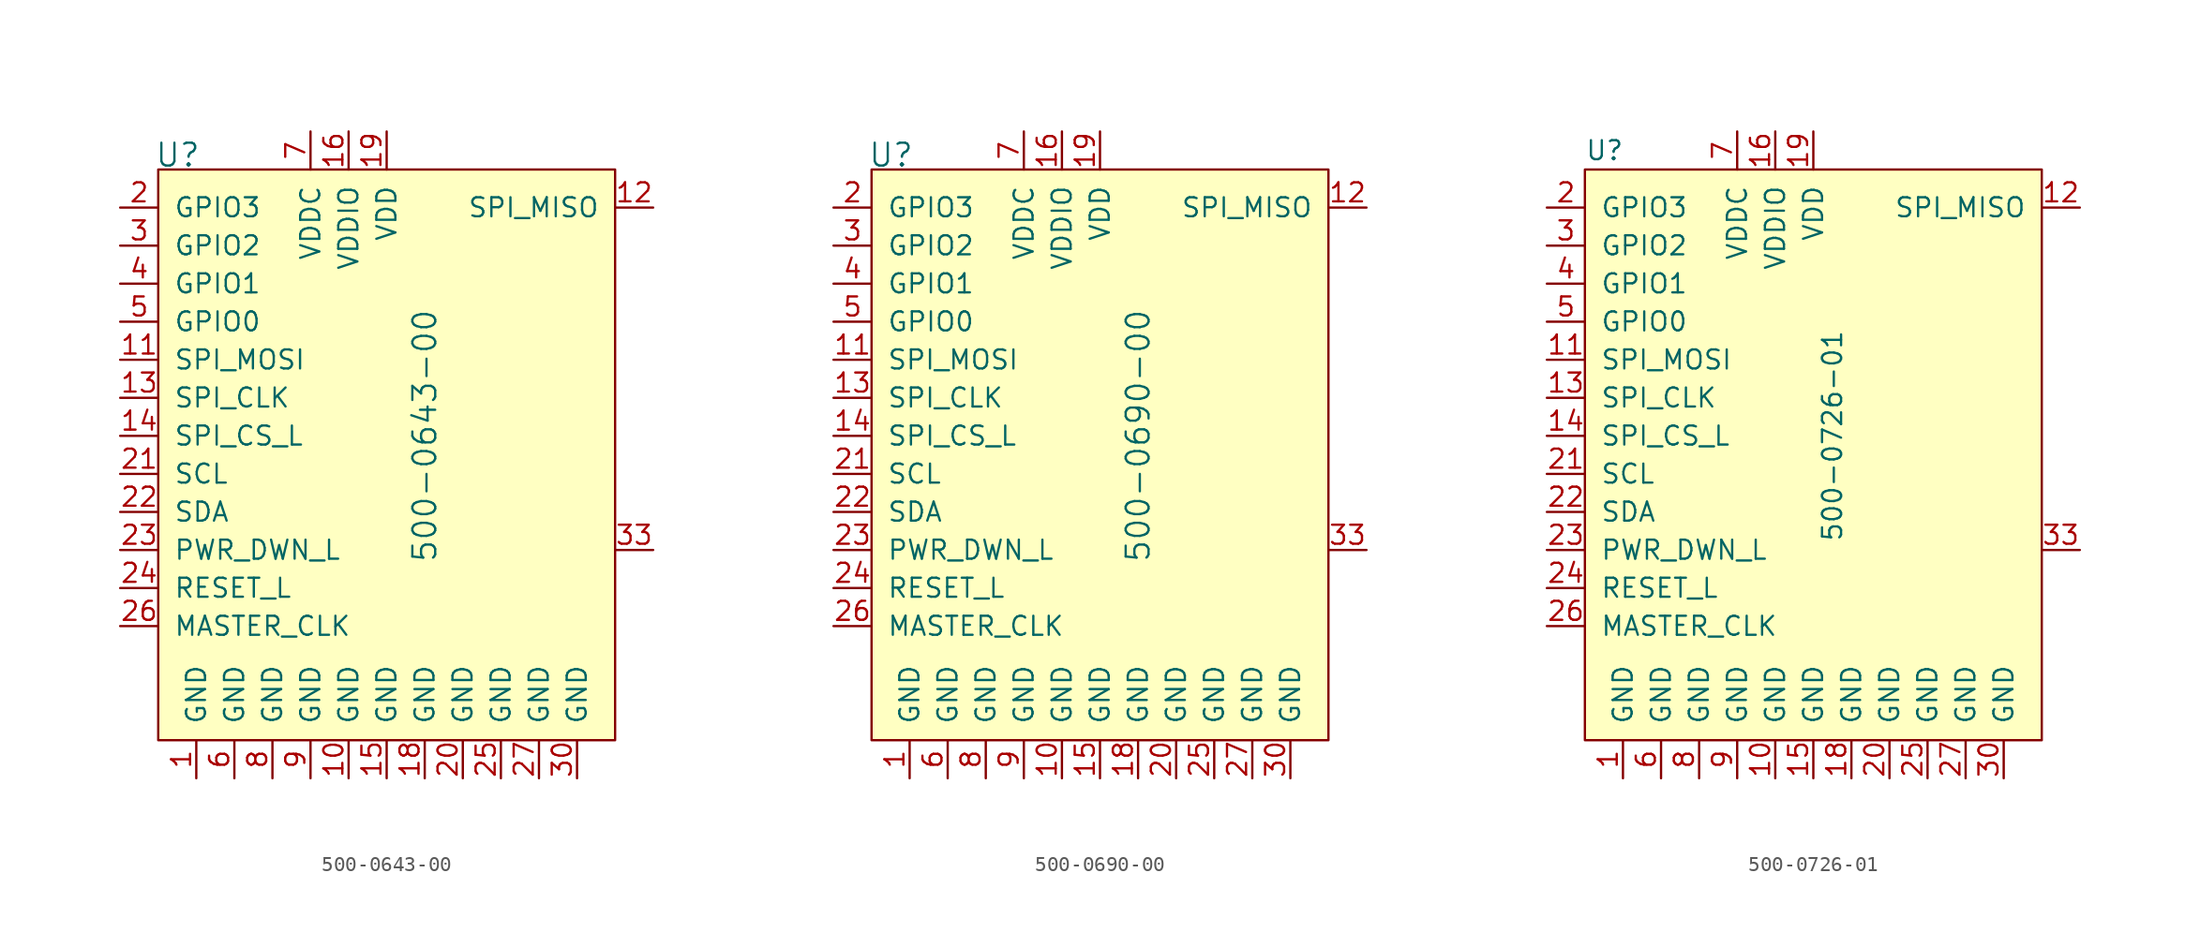
<source format=kicad_sym>
(kicad_symbol_lib
  (version 20231120)
  (generator "kicad_symbol_editor")
  (generator_version "8.0")
  (symbol "500-0643-00"
    (pin_names
      (offset 1.016))
    (property "Reference" "U"
      (at -12.954 13.665 0)
      (effects (font (size 1.524 1.524)) (justify left)))
    (property "Value" "500-0643-00"
      (at 5.08 -5.08 90)
      (effects (font (size 1.524 1.524))))
    (symbol "500-0643-00_0_1"
      (rectangle (start -12.7 12.7) (end 17.78 -25.4) (stroke (width 0) (type solid)) (fill (type background))))
    (symbol "500-0643-00_1_1"
      (pin power_in line (at -10.16 -27.94 90) (length 2.54) (name "GND" (effects (font (size 1.27 1.27)))) (number "1" (effects (font (size 1.27 1.27)))))
      (pin power_in line (at 0 -27.94 90) (length 2.54) (name "GND" (effects (font (size 1.27 1.27)))) (number "10" (effects (font (size 1.27 1.27)))))
      (pin input line (at -15.24 0 0) (length 2.54) (name "SPI_MOSI" (effects (font (size 1.27 1.27)))) (number "11" (effects (font (size 1.27 1.27)))))
      (pin output line (at 20.32 10.16 180) (length 2.54) (name "SPI_MISO" (effects (font (size 1.27 1.27)))) (number "12" (effects (font (size 1.27 1.27)))))
      (pin input line (at -15.24 -2.54 0) (length 2.54) (name "SPI_CLK" (effects (font (size 1.27 1.27)))) (number "13" (effects (font (size 1.27 1.27)))))
      (pin input line (at -15.24 -5.08 0) (length 2.54) (name "SPI_CS_L" (effects (font (size 1.27 1.27)))) (number "14" (effects (font (size 1.27 1.27)))))
      (pin power_in line (at 2.54 -27.94 90) (length 2.54) (name "GND" (effects (font (size 1.27 1.27)))) (number "15" (effects (font (size 1.27 1.27)))))
      (pin power_in line (at 0 15.24 270) (length 2.54) (name "VDDIO" (effects (font (size 1.27 1.27)))) (number "16" (effects (font (size 1.27 1.27)))))
      (pin no_connect line (at 17.78 -7.62 180) (length 2.54) hide (name "NC" (effects (font (size 1.27 1.27)))) (number "17" (effects (font (size 1.27 1.27)))))
      (pin power_in line (at 5.08 -27.94 90) (length 2.54) (name "GND" (effects (font (size 1.27 1.27)))) (number "18" (effects (font (size 1.27 1.27)))))
      (pin power_in line (at 2.54 15.24 270) (length 2.54) (name "VDD" (effects (font (size 1.27 1.27)))) (number "19" (effects (font (size 1.27 1.27)))))
      (pin bidirectional line (at -15.24 10.16 0) (length 2.54) (name "GPIO3" (effects (font (size 1.27 1.27)))) (number "2" (effects (font (size 1.27 1.27)))))
      (pin power_in line (at 7.62 -27.94 90) (length 2.54) (name "GND" (effects (font (size 1.27 1.27)))) (number "20" (effects (font (size 1.27 1.27)))))
      (pin input line (at -15.24 -7.62 0) (length 2.54) (name "SCL" (effects (font (size 1.27 1.27)))) (number "21" (effects (font (size 1.27 1.27)))))
      (pin bidirectional line (at -15.24 -10.16 0) (length 2.54) (name "SDA" (effects (font (size 1.27 1.27)))) (number "22" (effects (font (size 1.27 1.27)))))
      (pin input line (at -15.24 -12.7 0) (length 2.54) (name "PWR_DWN_L" (effects (font (size 1.27 1.27)))) (number "23" (effects (font (size 1.27 1.27)))))
      (pin input line (at -15.24 -15.24 0) (length 2.54) (name "RESET_L" (effects (font (size 1.27 1.27)))) (number "24" (effects (font (size 1.27 1.27)))))
      (pin power_in line (at 10.16 -27.94 90) (length 2.54) (name "GND" (effects (font (size 1.27 1.27)))) (number "25" (effects (font (size 1.27 1.27)))))
      (pin input line (at -15.24 -17.78 0) (length 2.54) (name "MASTER_CLK" (effects (font (size 1.27 1.27)))) (number "26" (effects (font (size 1.27 1.27)))))
      (pin power_in line (at 12.7 -27.94 90) (length 2.54) (name "GND" (effects (font (size 1.27 1.27)))) (number "27" (effects (font (size 1.27 1.27)))))
      (pin no_connect line (at 17.78 5.08 180) (length 2.54) hide (name "RES" (effects (font (size 1.27 1.27)))) (number "28" (effects (font (size 1.27 1.27)))))
      (pin no_connect line (at 17.78 2.54 180) (length 2.54) hide (name "RES" (effects (font (size 1.27 1.27)))) (number "29" (effects (font (size 1.27 1.27)))))
      (pin bidirectional line (at -15.24 7.62 0) (length 2.54) (name "GPIO2" (effects (font (size 1.27 1.27)))) (number "3" (effects (font (size 1.27 1.27)))))
      (pin power_in line (at 15.24 -27.94 90) (length 2.54) (name "GND" (effects (font (size 1.27 1.27)))) (number "30" (effects (font (size 1.27 1.27)))))
      (pin no_connect line (at 17.78 0 180) (length 2.54) hide (name "RES" (effects (font (size 1.27 1.27)))) (number "31" (effects (font (size 1.27 1.27)))))
      (pin no_connect line (at 17.78 -2.54 180) (length 2.54) hide (name "RES" (effects (font (size 1.27 1.27)))) (number "32" (effects (font (size 1.27 1.27)))))
      (pin unspecified line (at 20.32 -12.7 180) (length 2.54) (name "~" (effects (font (size 1.27 1.27)))) (number "33" (effects (font (size 1.27 1.27)))))
      (pin bidirectional line (at -15.24 5.08 0) (length 2.54) (name "GPIO1" (effects (font (size 1.27 1.27)))) (number "4" (effects (font (size 1.27 1.27)))))
      (pin bidirectional line (at -15.24 2.54 0) (length 2.54) (name "GPIO0" (effects (font (size 1.27 1.27)))) (number "5" (effects (font (size 1.27 1.27)))))
      (pin power_in line (at -7.62 -27.94 90) (length 2.54) (name "GND" (effects (font (size 1.27 1.27)))) (number "6" (effects (font (size 1.27 1.27)))))
      (pin power_in line (at -2.54 15.24 270) (length 2.54) (name "VDDC" (effects (font (size 1.27 1.27)))) (number "7" (effects (font (size 1.27 1.27)))))
      (pin power_in line (at -5.08 -27.94 90) (length 2.54) (name "GND" (effects (font (size 1.27 1.27)))) (number "8" (effects (font (size 1.27 1.27)))))
      (pin power_in line (at -2.54 -27.94 90) (length 2.54) (name "GND" (effects (font (size 1.27 1.27)))) (number "9" (effects (font (size 1.27 1.27)))))))
  (symbol "500-0690-00"
    (pin_names
      (offset 1.016))
    (property "Reference" "U"
      (at -12.954 13.665 0)
      (effects (font (size 1.524 1.524)) (justify left)))
    (property "Value" "500-0690-00"
      (at 5.08 -5.08 90)
      (effects (font (size 1.524 1.524))))
    (symbol "500-0690-00_0_1"
      (rectangle (start -12.7 12.7) (end 17.78 -25.4) (stroke (width 0) (type solid)) (fill (type background))))
    (symbol "500-0690-00_1_1"
      (pin power_in line (at -10.16 -27.94 90) (length 2.54) (name "GND" (effects (font (size 1.27 1.27)))) (number "1" (effects (font (size 1.27 1.27)))))
      (pin power_in line (at 0 -27.94 90) (length 2.54) (name "GND" (effects (font (size 1.27 1.27)))) (number "10" (effects (font (size 1.27 1.27)))))
      (pin input line (at -15.24 0 0) (length 2.54) (name "SPI_MOSI" (effects (font (size 1.27 1.27)))) (number "11" (effects (font (size 1.27 1.27)))))
      (pin output line (at 20.32 10.16 180) (length 2.54) (name "SPI_MISO" (effects (font (size 1.27 1.27)))) (number "12" (effects (font (size 1.27 1.27)))))
      (pin input line (at -15.24 -2.54 0) (length 2.54) (name "SPI_CLK" (effects (font (size 1.27 1.27)))) (number "13" (effects (font (size 1.27 1.27)))))
      (pin input line (at -15.24 -5.08 0) (length 2.54) (name "SPI_CS_L" (effects (font (size 1.27 1.27)))) (number "14" (effects (font (size 1.27 1.27)))))
      (pin power_in line (at 2.54 -27.94 90) (length 2.54) (name "GND" (effects (font (size 1.27 1.27)))) (number "15" (effects (font (size 1.27 1.27)))))
      (pin power_in line (at 0 15.24 270) (length 2.54) (name "VDDIO" (effects (font (size 1.27 1.27)))) (number "16" (effects (font (size 1.27 1.27)))))
      (pin no_connect line (at 17.78 -7.62 180) (length 2.54) hide (name "NC" (effects (font (size 1.27 1.27)))) (number "17" (effects (font (size 1.27 1.27)))))
      (pin power_in line (at 5.08 -27.94 90) (length 2.54) (name "GND" (effects (font (size 1.27 1.27)))) (number "18" (effects (font (size 1.27 1.27)))))
      (pin power_in line (at 2.54 15.24 270) (length 2.54) (name "VDD" (effects (font (size 1.27 1.27)))) (number "19" (effects (font (size 1.27 1.27)))))
      (pin bidirectional line (at -15.24 10.16 0) (length 2.54) (name "GPIO3" (effects (font (size 1.27 1.27)))) (number "2" (effects (font (size 1.27 1.27)))))
      (pin power_in line (at 7.62 -27.94 90) (length 2.54) (name "GND" (effects (font (size 1.27 1.27)))) (number "20" (effects (font (size 1.27 1.27)))))
      (pin input line (at -15.24 -7.62 0) (length 2.54) (name "SCL" (effects (font (size 1.27 1.27)))) (number "21" (effects (font (size 1.27 1.27)))))
      (pin bidirectional line (at -15.24 -10.16 0) (length 2.54) (name "SDA" (effects (font (size 1.27 1.27)))) (number "22" (effects (font (size 1.27 1.27)))))
      (pin input line (at -15.24 -12.7 0) (length 2.54) (name "PWR_DWN_L" (effects (font (size 1.27 1.27)))) (number "23" (effects (font (size 1.27 1.27)))))
      (pin input line (at -15.24 -15.24 0) (length 2.54) (name "RESET_L" (effects (font (size 1.27 1.27)))) (number "24" (effects (font (size 1.27 1.27)))))
      (pin power_in line (at 10.16 -27.94 90) (length 2.54) (name "GND" (effects (font (size 1.27 1.27)))) (number "25" (effects (font (size 1.27 1.27)))))
      (pin input line (at -15.24 -17.78 0) (length 2.54) (name "MASTER_CLK" (effects (font (size 1.27 1.27)))) (number "26" (effects (font (size 1.27 1.27)))))
      (pin power_in line (at 12.7 -27.94 90) (length 2.54) (name "GND" (effects (font (size 1.27 1.27)))) (number "27" (effects (font (size 1.27 1.27)))))
      (pin no_connect line (at 17.78 5.08 180) (length 2.54) hide (name "RES" (effects (font (size 1.27 1.27)))) (number "28" (effects (font (size 1.27 1.27)))))
      (pin no_connect line (at 17.78 2.54 180) (length 2.54) hide (name "RES" (effects (font (size 1.27 1.27)))) (number "29" (effects (font (size 1.27 1.27)))))
      (pin bidirectional line (at -15.24 7.62 0) (length 2.54) (name "GPIO2" (effects (font (size 1.27 1.27)))) (number "3" (effects (font (size 1.27 1.27)))))
      (pin power_in line (at 15.24 -27.94 90) (length 2.54) (name "GND" (effects (font (size 1.27 1.27)))) (number "30" (effects (font (size 1.27 1.27)))))
      (pin no_connect line (at 17.78 0 180) (length 2.54) hide (name "RES" (effects (font (size 1.27 1.27)))) (number "31" (effects (font (size 1.27 1.27)))))
      (pin no_connect line (at 17.78 -2.54 180) (length 2.54) hide (name "RES" (effects (font (size 1.27 1.27)))) (number "32" (effects (font (size 1.27 1.27)))))
      (pin unspecified line (at 20.32 -12.7 180) (length 2.54) (name "~" (effects (font (size 1.27 1.27)))) (number "33" (effects (font (size 1.27 1.27)))))
      (pin bidirectional line (at -15.24 5.08 0) (length 2.54) (name "GPIO1" (effects (font (size 1.27 1.27)))) (number "4" (effects (font (size 1.27 1.27)))))
      (pin bidirectional line (at -15.24 2.54 0) (length 2.54) (name "GPIO0" (effects (font (size 1.27 1.27)))) (number "5" (effects (font (size 1.27 1.27)))))
      (pin power_in line (at -7.62 -27.94 90) (length 2.54) (name "GND" (effects (font (size 1.27 1.27)))) (number "6" (effects (font (size 1.27 1.27)))))
      (pin power_in line (at -2.54 15.24 270) (length 2.54) (name "VDDC" (effects (font (size 1.27 1.27)))) (number "7" (effects (font (size 1.27 1.27)))))
      (pin power_in line (at -5.08 -27.94 90) (length 2.54) (name "GND" (effects (font (size 1.27 1.27)))) (number "8" (effects (font (size 1.27 1.27)))))
      (pin power_in line (at -2.54 -27.94 90) (length 2.54) (name "GND" (effects (font (size 1.27 1.27)))) (number "9" (effects (font (size 1.27 1.27)))))))
  (symbol "500-0726-01"
    (pin_names
      (offset 1.016))
    (property "Reference" "U"
      (at -15.24 21.59 0)
      (effects (font (size 1.27 1.27)) (justify left)))
    (property "Value" "500-0726-01"
      (at 1.27 2.54 90)
      (effects (font (size 1.27 1.27))))
    (symbol "500-0726-01_1_1"
      (rectangle (start -15.24 20.32) (end 15.24 -17.78) (stroke (width 0) (type solid)) (fill (type background)))
      (pin power_in line (at -12.7 -20.32 90) (length 2.54) (name "GND" (effects (font (size 1.27 1.27)))) (number "1" (effects (font (size 1.27 1.27)))))
      (pin power_in line (at -2.54 -20.32 90) (length 2.54) (name "GND" (effects (font (size 1.27 1.27)))) (number "10" (effects (font (size 1.27 1.27)))))
      (pin input line (at -17.78 7.62 0) (length 2.54) (name "SPI_MOSI" (effects (font (size 1.27 1.27)))) (number "11" (effects (font (size 1.27 1.27)))))
      (pin output line (at 17.78 17.78 180) (length 2.54) (name "SPI_MISO" (effects (font (size 1.27 1.27)))) (number "12" (effects (font (size 1.27 1.27)))))
      (pin input line (at -17.78 5.08 0) (length 2.54) (name "SPI_CLK" (effects (font (size 1.27 1.27)))) (number "13" (effects (font (size 1.27 1.27)))))
      (pin input line (at -17.78 2.54 0) (length 2.54) (name "SPI_CS_L" (effects (font (size 1.27 1.27)))) (number "14" (effects (font (size 1.27 1.27)))))
      (pin power_in line (at 0 -20.32 90) (length 2.54) (name "GND" (effects (font (size 1.27 1.27)))) (number "15" (effects (font (size 1.27 1.27)))))
      (pin power_in line (at -2.54 22.86 270) (length 2.54) (name "VDDIO" (effects (font (size 1.27 1.27)))) (number "16" (effects (font (size 1.27 1.27)))))
      (pin no_connect line (at 15.24 0 180) (length 2.54) hide (name "NC" (effects (font (size 1.27 1.27)))) (number "17" (effects (font (size 1.27 1.27)))))
      (pin power_in line (at 2.54 -20.32 90) (length 2.54) (name "GND" (effects (font (size 1.27 1.27)))) (number "18" (effects (font (size 1.27 1.27)))))
      (pin power_in line (at 0 22.86 270) (length 2.54) (name "VDD" (effects (font (size 1.27 1.27)))) (number "19" (effects (font (size 1.27 1.27)))))
      (pin bidirectional line (at -17.78 17.78 0) (length 2.54) (name "GPIO3" (effects (font (size 1.27 1.27)))) (number "2" (effects (font (size 1.27 1.27)))))
      (pin power_in line (at 5.08 -20.32 90) (length 2.54) (name "GND" (effects (font (size 1.27 1.27)))) (number "20" (effects (font (size 1.27 1.27)))))
      (pin input line (at -17.78 0 0) (length 2.54) (name "SCL" (effects (font (size 1.27 1.27)))) (number "21" (effects (font (size 1.27 1.27)))))
      (pin bidirectional line (at -17.78 -2.54 0) (length 2.54) (name "SDA" (effects (font (size 1.27 1.27)))) (number "22" (effects (font (size 1.27 1.27)))))
      (pin input line (at -17.78 -5.08 0) (length 2.54) (name "PWR_DWN_L" (effects (font (size 1.27 1.27)))) (number "23" (effects (font (size 1.27 1.27)))))
      (pin input line (at -17.78 -7.62 0) (length 2.54) (name "RESET_L" (effects (font (size 1.27 1.27)))) (number "24" (effects (font (size 1.27 1.27)))))
      (pin power_in line (at 7.62 -20.32 90) (length 2.54) (name "GND" (effects (font (size 1.27 1.27)))) (number "25" (effects (font (size 1.27 1.27)))))
      (pin input line (at -17.78 -10.16 0) (length 2.54) (name "MASTER_CLK" (effects (font (size 1.27 1.27)))) (number "26" (effects (font (size 1.27 1.27)))))
      (pin power_in line (at 10.16 -20.32 90) (length 2.54) (name "GND" (effects (font (size 1.27 1.27)))) (number "27" (effects (font (size 1.27 1.27)))))
      (pin no_connect line (at 15.24 12.7 180) (length 2.54) hide (name "RES" (effects (font (size 1.27 1.27)))) (number "28" (effects (font (size 1.27 1.27)))))
      (pin no_connect line (at 15.24 10.16 180) (length 2.54) hide (name "RES" (effects (font (size 1.27 1.27)))) (number "29" (effects (font (size 1.27 1.27)))))
      (pin bidirectional line (at -17.78 15.24 0) (length 2.54) (name "GPIO2" (effects (font (size 1.27 1.27)))) (number "3" (effects (font (size 1.27 1.27)))))
      (pin power_in line (at 12.7 -20.32 90) (length 2.54) (name "GND" (effects (font (size 1.27 1.27)))) (number "30" (effects (font (size 1.27 1.27)))))
      (pin no_connect line (at 15.24 7.62 180) (length 2.54) hide (name "RES" (effects (font (size 1.27 1.27)))) (number "31" (effects (font (size 1.27 1.27)))))
      (pin no_connect line (at 15.24 5.08 180) (length 2.54) hide (name "RES" (effects (font (size 1.27 1.27)))) (number "32" (effects (font (size 1.27 1.27)))))
      (pin unspecified line (at 17.78 -5.08 180) (length 2.54) (name "~" (effects (font (size 1.27 1.27)))) (number "33" (effects (font (size 1.27 1.27)))))
      (pin bidirectional line (at -17.78 12.7 0) (length 2.54) (name "GPIO1" (effects (font (size 1.27 1.27)))) (number "4" (effects (font (size 1.27 1.27)))))
      (pin bidirectional line (at -17.78 10.16 0) (length 2.54) (name "GPIO0" (effects (font (size 1.27 1.27)))) (number "5" (effects (font (size 1.27 1.27)))))
      (pin power_in line (at -10.16 -20.32 90) (length 2.54) (name "GND" (effects (font (size 1.27 1.27)))) (number "6" (effects (font (size 1.27 1.27)))))
      (pin power_in line (at -5.08 22.86 270) (length 2.54) (name "VDDC" (effects (font (size 1.27 1.27)))) (number "7" (effects (font (size 1.27 1.27)))))
      (pin power_in line (at -7.62 -20.32 90) (length 2.54) (name "GND" (effects (font (size 1.27 1.27)))) (number "8" (effects (font (size 1.27 1.27)))))
      (pin power_in line (at -5.08 -20.32 90) (length 2.54) (name "GND" (effects (font (size 1.27 1.27)))) (number "9" (effects (font (size 1.27 1.27))))))))
</source>
